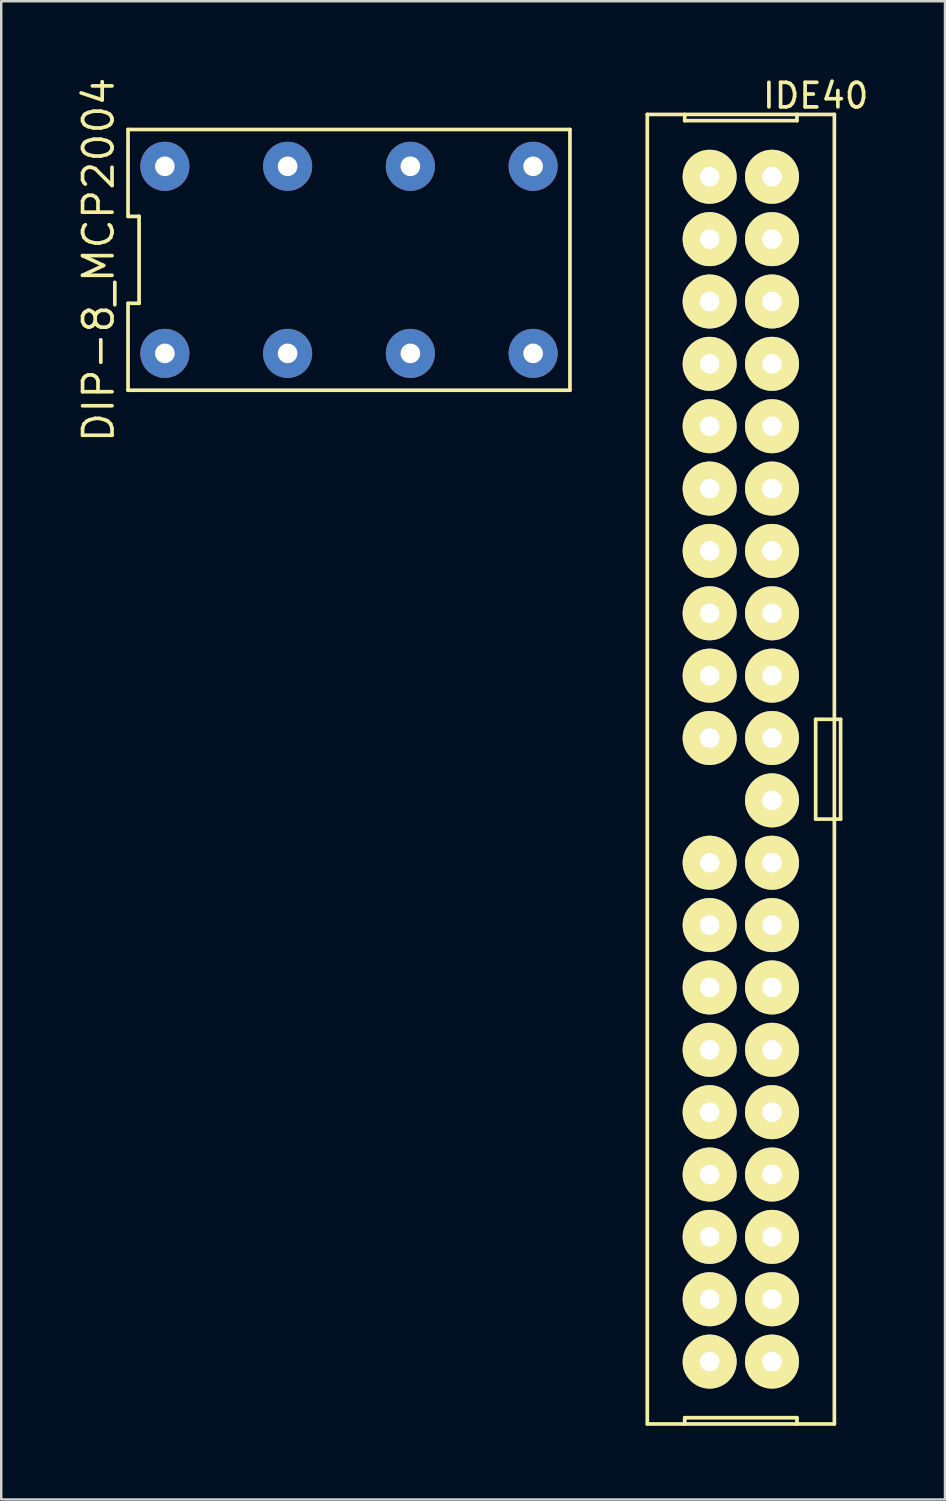
<source format=kicad_pcb>
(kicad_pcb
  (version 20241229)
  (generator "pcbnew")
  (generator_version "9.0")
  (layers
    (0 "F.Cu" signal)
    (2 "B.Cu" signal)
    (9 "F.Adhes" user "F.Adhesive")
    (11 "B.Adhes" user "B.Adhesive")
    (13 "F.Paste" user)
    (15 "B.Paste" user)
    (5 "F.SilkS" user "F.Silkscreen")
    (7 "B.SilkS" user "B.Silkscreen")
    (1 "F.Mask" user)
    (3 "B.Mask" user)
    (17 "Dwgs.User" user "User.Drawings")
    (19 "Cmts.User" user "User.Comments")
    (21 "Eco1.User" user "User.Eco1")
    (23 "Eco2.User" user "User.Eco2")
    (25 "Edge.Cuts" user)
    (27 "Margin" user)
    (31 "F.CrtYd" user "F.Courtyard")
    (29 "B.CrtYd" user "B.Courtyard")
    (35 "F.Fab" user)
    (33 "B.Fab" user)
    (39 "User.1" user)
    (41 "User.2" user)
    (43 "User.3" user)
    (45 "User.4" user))
  (footprint "IDE40"
    (layer "F.Cu")
    (at 27.125 28.28)
    (property "Reference" "IDE40" (at 3.048 -27.432 0) (layer "F.SilkS") (effects (font (size 1 1) (thickness 0.15))))
    (attr through_hole)
    (fp_line (start -3.81 -26.67) (end 3.81 -26.67) (stroke (width 0.15) (type solid)) (layer "F.SilkS"))
    (fp_line (start -3.81 26.67) (end -3.81 -26.67) (stroke (width 0.15) (type solid)) (layer "F.SilkS"))
    (fp_line (start -2.286 -26.67) (end -2.286 -26.416) (stroke (width 0.15) (type solid)) (layer "F.SilkS"))
    (fp_line (start -2.286 -26.416) (end 2.286 -26.416) (stroke (width 0.15) (type solid)) (layer "F.SilkS"))
    (fp_line (start -2.286 26.416) (end 2.286 26.416) (stroke (width 0.15) (type solid)) (layer "F.SilkS"))
    (fp_line (start -2.286 26.67) (end -2.286 26.416) (stroke (width 0.15) (type solid)) (layer "F.SilkS"))
    (fp_line (start 2.286 -26.416) (end 2.286 -26.67) (stroke (width 0.15) (type solid)) (layer "F.SilkS"))
    (fp_line (start 2.286 26.416) (end 2.286 26.67) (stroke (width 0.15) (type solid)) (layer "F.SilkS"))
    (fp_line (start 3.048 -2.032) (end 3.048 2.032) (stroke (width 0.15) (type solid)) (layer "F.SilkS"))
    (fp_line (start 3.048 -2.032) (end 4.064 -2.032) (stroke (width 0.15) (type solid)) (layer "F.SilkS"))
    (fp_line (start 3.048 2.032) (end 4.064 2.032) (stroke (width 0.15) (type solid)) (layer "F.SilkS"))
    (fp_line (start 3.81 -26.67) (end 3.81 26.67) (stroke (width 0.15) (type solid)) (layer "F.SilkS"))
    (fp_line (start 3.81 26.67) (end -3.81 26.67) (stroke (width 0.15) (type solid)) (layer "F.SilkS"))
    (fp_line (start 4.064 -2.032) (end 4.064 2.032) (stroke (width 0.15) (type solid)) (layer "F.SilkS"))
    (pad "1" thru_hole circle (at 1.27 24.13) (size 2.2 2.2) (drill 0.8) (layers "*.Cu" "*.Mask" "F.SilkS"))
    (pad "2" thru_hole circle (at -1.27 24.13) (size 2.2 2.2) (drill 0.8) (layers "*.Cu" "*.Mask" "F.SilkS"))
    (pad "3" thru_hole circle (at 1.27 21.59) (size 2.2 2.2) (drill 0.8) (layers "*.Cu" "*.Mask" "F.SilkS"))
    (pad "4" thru_hole circle (at -1.27 21.59) (size 2.2 2.2) (drill 0.8) (layers "*.Cu" "*.Mask" "F.SilkS"))
    (pad "5" thru_hole circle (at 1.27 19.05) (size 2.2 2.2) (drill 0.8) (layers "*.Cu" "*.Mask" "F.SilkS"))
    (pad "6" thru_hole circle (at -1.27 19.05) (size 2.2 2.2) (drill 0.8) (layers "*.Cu" "*.Mask" "F.SilkS"))
    (pad "7" thru_hole circle (at 1.27 16.51) (size 2.2 2.2) (drill 0.8) (layers "*.Cu" "*.Mask" "F.SilkS"))
    (pad "8" thru_hole circle (at -1.27 16.51) (size 2.2 2.2) (drill 0.8) (layers "*.Cu" "*.Mask" "F.SilkS"))
    (pad "9" thru_hole circle (at 1.27 13.97) (size 2.2 2.2) (drill 0.8) (layers "*.Cu" "*.Mask" "F.SilkS"))
    (pad "10" thru_hole circle (at -1.27 13.97) (size 2.2 2.2) (drill 0.8) (layers "*.Cu" "*.Mask" "F.SilkS"))
    (pad "11" thru_hole circle (at 1.27 11.43) (size 2.2 2.2) (drill 0.8) (layers "*.Cu" "*.Mask" "F.SilkS"))
    (pad "12" thru_hole circle (at -1.27 11.43) (size 2.2 2.2) (drill 0.8) (layers "*.Cu" "*.Mask" "F.SilkS"))
    (pad "13" thru_hole circle (at 1.27 8.89) (size 2.2 2.2) (drill 0.8) (layers "*.Cu" "*.Mask" "F.SilkS"))
    (pad "14" thru_hole circle (at -1.27 8.89) (size 2.2 2.2) (drill 0.8) (layers "*.Cu" "*.Mask" "F.SilkS"))
    (pad "15" thru_hole circle (at 1.27 6.35) (size 2.2 2.2) (drill 0.8) (layers "*.Cu" "*.Mask" "F.SilkS"))
    (pad "16" thru_hole circle (at -1.27 6.35) (size 2.2 2.2) (drill 0.8) (layers "*.Cu" "*.Mask" "F.SilkS"))
    (pad "17" thru_hole circle (at 1.27 3.81) (size 2.2 2.2) (drill 0.8) (layers "*.Cu" "*.Mask" "F.SilkS"))
    (pad "18" thru_hole circle (at -1.27 3.81) (size 2.2 2.2) (drill 0.8) (layers "*.Cu" "*.Mask" "F.SilkS"))
    (pad "19" thru_hole circle (at 1.27 1.27) (size 2.2 2.2) (drill 0.8) (layers "*.Cu" "*.Mask" "F.SilkS"))
    (pad "21" thru_hole circle (at 1.27 -1.27) (size 2.2 2.2) (drill 0.8) (layers "*.Cu" "*.Mask" "F.SilkS"))
    (pad "22" thru_hole circle (at -1.27 -1.27) (size 2.2 2.2) (drill 0.8) (layers "*.Cu" "*.Mask" "F.SilkS"))
    (pad "23" thru_hole circle (at 1.27 -3.81) (size 2.2 2.2) (drill 0.8) (layers "*.Cu" "*.Mask" "F.SilkS"))
    (pad "24" thru_hole circle (at -1.27 -3.81) (size 2.2 2.2) (drill 0.8) (layers "*.Cu" "*.Mask" "F.SilkS"))
    (pad "25" thru_hole circle (at 1.27 -6.35) (size 2.2 2.2) (drill 0.8) (layers "*.Cu" "*.Mask" "F.SilkS"))
    (pad "26" thru_hole circle (at -1.27 -6.35) (size 2.2 2.2) (drill 0.8) (layers "*.Cu" "*.Mask" "F.SilkS"))
    (pad "27" thru_hole circle (at 1.27 -8.89) (size 2.2 2.2) (drill 0.8) (layers "*.Cu" "*.Mask" "F.SilkS"))
    (pad "28" thru_hole circle (at -1.27 -8.89) (size 2.2 2.2) (drill 0.8) (layers "*.Cu" "*.Mask" "F.SilkS"))
    (pad "29" thru_hole circle (at 1.27 -11.43) (size 2.2 2.2) (drill 0.8) (layers "*.Cu" "*.Mask" "F.SilkS"))
    (pad "30" thru_hole circle (at -1.27 -11.43) (size 2.2 2.2) (drill 0.8) (layers "*.Cu" "*.Mask" "F.SilkS"))
    (pad "31" thru_hole circle (at 1.27 -13.97) (size 2.2 2.2) (drill 0.8) (layers "*.Cu" "*.Mask" "F.SilkS"))
    (pad "32" thru_hole circle (at -1.27 -13.97) (size 2.2 2.2) (drill 0.8) (layers "*.Cu" "*.Mask" "F.SilkS"))
    (pad "33" thru_hole circle (at 1.27 -16.51) (size 2.2 2.2) (drill 0.8) (layers "*.Cu" "*.Mask" "F.SilkS"))
    (pad "34" thru_hole circle (at -1.27 -16.51) (size 2.2 2.2) (drill 0.8) (layers "*.Cu" "*.Mask" "F.SilkS"))
    (pad "35" thru_hole circle (at 1.27 -19.05) (size 2.2 2.2) (drill 0.8) (layers "*.Cu" "*.Mask" "F.SilkS"))
    (pad "36" thru_hole circle (at -1.27 -19.05) (size 2.2 2.2) (drill 0.8) (layers "*.Cu" "*.Mask" "F.SilkS"))
    (pad "37" thru_hole circle (at 1.27 -21.59) (size 2.2 2.2) (drill 0.8) (layers "*.Cu" "*.Mask" "F.SilkS"))
    (pad "38" thru_hole circle (at -1.27 -21.59) (size 2.2 2.2) (drill 0.8) (layers "*.Cu" "*.Mask" "F.SilkS"))
    (pad "39" thru_hole circle (at 1.27 -24.13) (size 2.2 2.2) (drill 0.8) (layers "*.Cu" "*.Mask" "F.SilkS"))
    (pad "40" thru_hole circle (at -1.27 -24.13) (size 2.2 2.2) (drill 0.8) (layers "*.Cu" "*.Mask" "F.SilkS")))
  (footprint "DIP-8_MCP2004"
    (layer "F.Cu")
    (at 11.165 7.534)
    (property "Reference" "DIP-8_MCP2004" (at -10.2 0 90) (layer "F.SilkS") (effects (font (size 1.2 1.2) (thickness 0.15))))
    (attr through_hole)
    (fp_line (start -9 -5.31) (end -9 -1.77) (stroke (width 0.15) (type solid)) (layer "F.SilkS"))
    (fp_line (start -9 -1.77) (end -8.55 -1.77) (stroke (width 0.15) (type solid)) (layer "F.SilkS"))
    (fp_line (start -9 1.77) (end -9 5.31) (stroke (width 0.15) (type solid)) (layer "F.SilkS"))
    (fp_line (start -9 5.31) (end 9 5.31) (stroke (width 0.15) (type solid)) (layer "F.SilkS"))
    (fp_line (start -8.55 -1.77) (end -8.55 1.77) (stroke (width 0.15) (type solid)) (layer "F.SilkS"))
    (fp_line (start -8.55 1.77) (end -9 1.77) (stroke (width 0.15) (type solid)) (layer "F.SilkS"))
    (fp_line (start 9 -5.31) (end -9 -5.31) (stroke (width 0.15) (type solid)) (layer "F.SilkS"))
    (fp_line (start 9 5.31) (end 9 -5.31) (stroke (width 0.15) (type solid)) (layer "F.SilkS"))
    (pad "1" thru_hole circle (at -7.5 3.81) (size 2 2) (drill 0.8) (layers "*.Cu" "*.Mask"))
    (pad "2" thru_hole circle (at -2.5 3.81) (size 2 2) (drill 0.8) (layers "*.Cu" "*.Mask"))
    (pad "3" thru_hole circle (at 2.5 3.81) (size 2 2) (drill 0.8) (layers "*.Cu" "*.Mask"))
    (pad "4" thru_hole circle (at 7.5 3.81) (size 2 2) (drill 0.8) (layers "*.Cu" "*.Mask"))
    (pad "5" thru_hole circle (at 7.5 -3.81) (size 2 2) (drill 0.8) (layers "*.Cu" "*.Mask"))
    (pad "6" thru_hole circle (at 2.5 -3.81) (size 2 2) (drill 0.8) (layers "*.Cu" "*.Mask"))
    (pad "7" thru_hole circle (at -2.5 -3.81) (size 2 2) (drill 0.8) (layers "*.Cu" "*.Mask"))
    (pad "8" thru_hole circle (at -7.5 -3.81) (size 2 2) (drill 0.8) (layers "*.Cu" "*.Mask")))
  (gr_rect
    (start -3 -3)
    (end 35.441 58.025)
    (stroke (width 0.1) (type default))
    (fill no)
    (layer "Edge.Cuts")))
</source>
